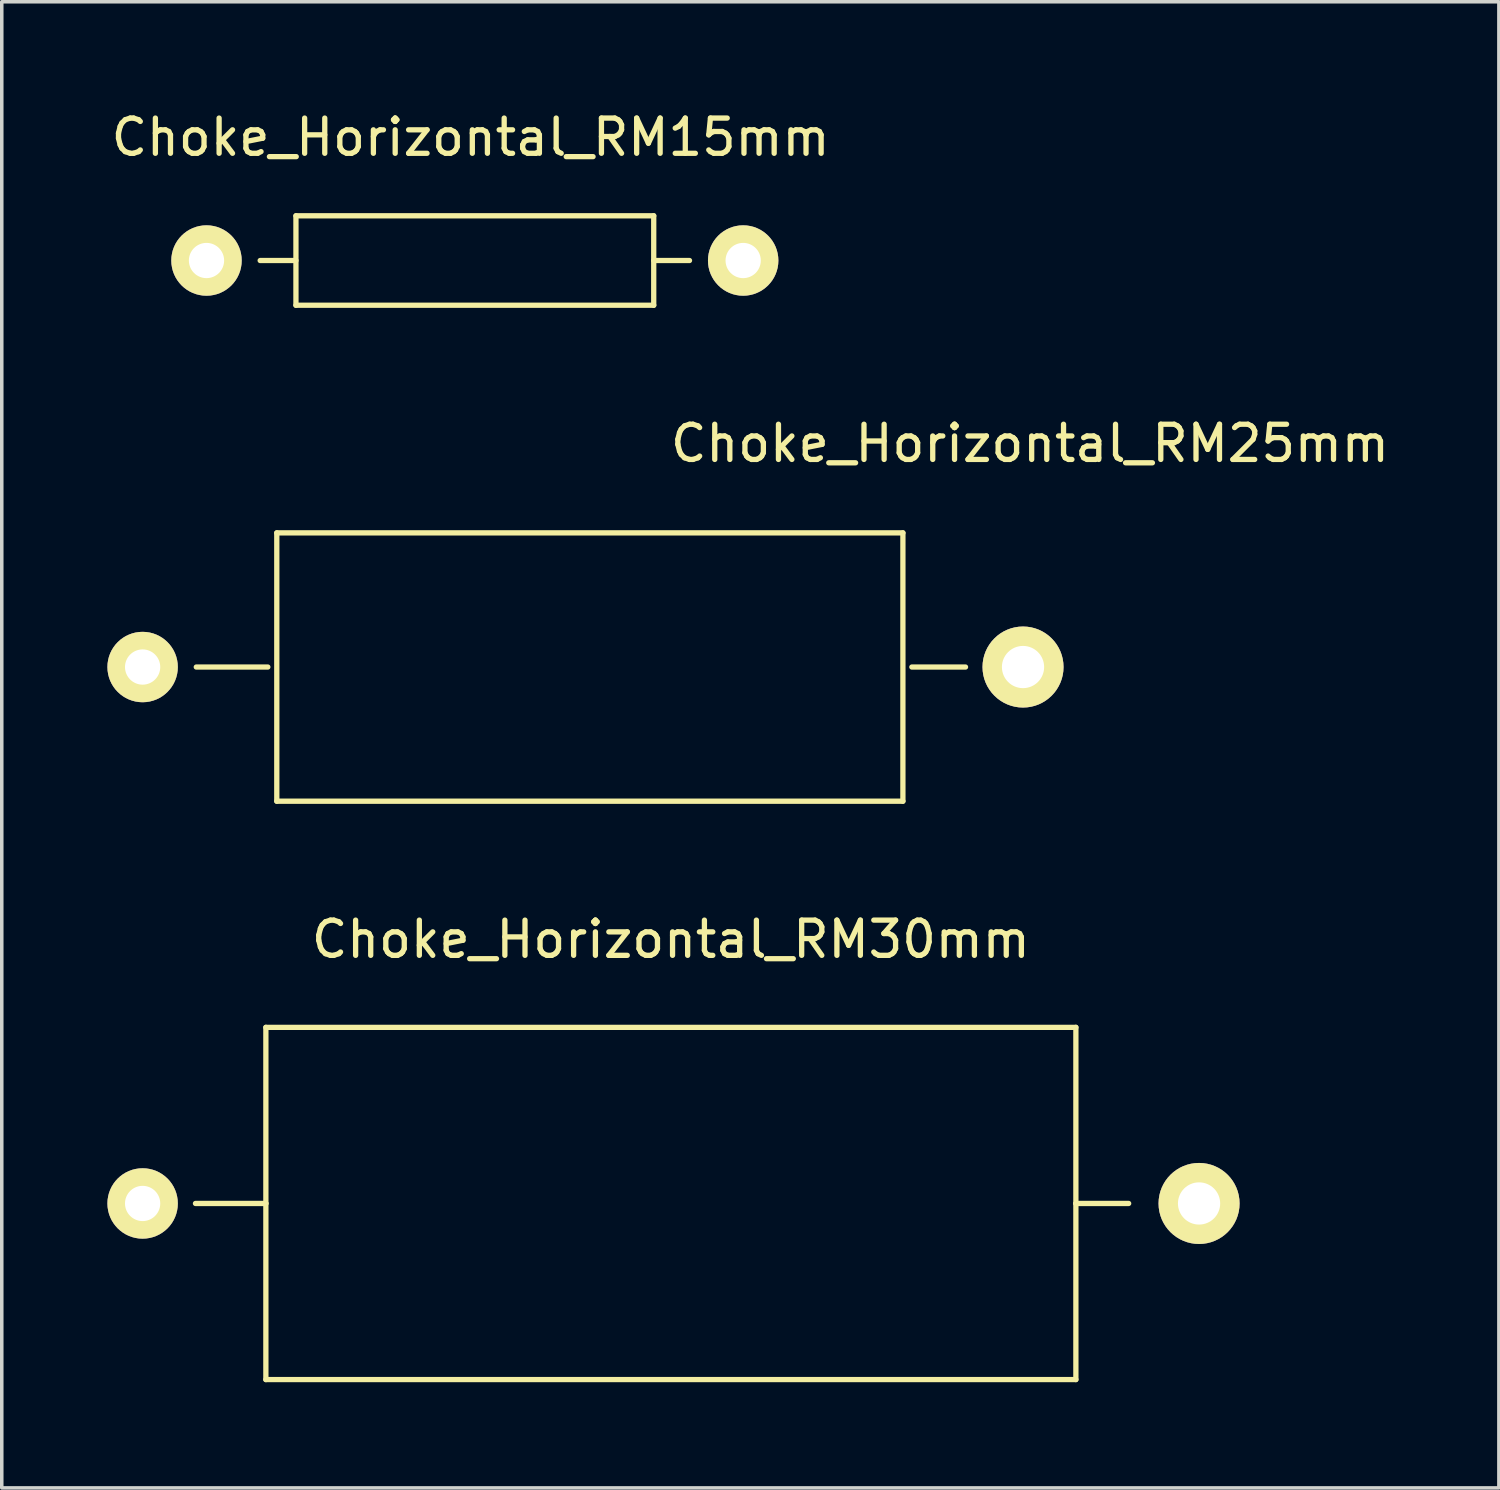
<source format=kicad_pcb>
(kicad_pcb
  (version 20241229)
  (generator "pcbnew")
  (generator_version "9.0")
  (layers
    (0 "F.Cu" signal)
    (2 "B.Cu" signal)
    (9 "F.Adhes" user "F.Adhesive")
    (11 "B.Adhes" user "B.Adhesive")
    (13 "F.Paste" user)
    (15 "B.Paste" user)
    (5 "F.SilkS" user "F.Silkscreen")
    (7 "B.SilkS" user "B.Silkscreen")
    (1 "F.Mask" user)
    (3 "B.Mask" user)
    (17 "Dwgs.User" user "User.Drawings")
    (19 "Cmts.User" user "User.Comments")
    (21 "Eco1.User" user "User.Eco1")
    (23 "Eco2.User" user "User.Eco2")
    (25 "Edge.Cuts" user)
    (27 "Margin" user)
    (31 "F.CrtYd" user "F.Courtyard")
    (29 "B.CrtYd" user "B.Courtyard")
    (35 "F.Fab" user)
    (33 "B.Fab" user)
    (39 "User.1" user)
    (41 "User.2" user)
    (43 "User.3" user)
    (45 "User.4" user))
  (footprint "Choke_Horizontal_RM15mm"
    (layer "F.Cu")
    (at 10.315 4.348)
    (property "Reference" "Choke_Horizontal_RM15mm" (at 0 -3.5 0) (layer "F.SilkS") (effects (font (size 1 1) (thickness 0.15))))
    (attr through_hole)
    (fp_line (start -4.961 -1.27) (end 5.199 -1.27) (stroke (width 0.15) (type solid)) (layer "F.SilkS"))
    (fp_line (start -4.961 0) (end -5.977 0) (stroke (width 0.15) (type solid)) (layer "F.SilkS"))
    (fp_line (start -4.961 1.27) (end -4.961 -1.27) (stroke (width 0.15) (type solid)) (layer "F.SilkS"))
    (fp_line (start 5.199 -1.27) (end 5.199 1.27) (stroke (width 0.15) (type solid)) (layer "F.SilkS"))
    (fp_line (start 5.199 0) (end 6.215 0) (stroke (width 0.15) (type solid)) (layer "F.SilkS"))
    (fp_line (start 5.199 1.27) (end -4.961 1.27) (stroke (width 0.15) (type solid)) (layer "F.SilkS"))
    (pad "1" thru_hole circle (at -7.501 0) (size 1.999 1.999) (drill 1.001) (layers "*.Cu" "*.Mask" "F.SilkS"))
    (pad "2" thru_hole circle (at 7.739 0) (size 1.999 1.999) (drill 1.001) (layers "*.Cu" "*.Mask" "F.SilkS")))
  (footprint "Choke_Horizontal_RM30mm"
    (layer "F.Cu")
    (at 16.001 31.125)
    (property "Reference" "Choke_Horizontal_RM30mm" (at 0 -7.501 0) (layer "F.SilkS") (effects (font (size 1 1) (thickness 0.15))))
    (attr through_hole)
    (fp_line (start -11.501 0) (end -13.5 0) (stroke (width 0.15) (type solid)) (layer "F.SilkS"))
    (fp_line (start -11.501 0) (end -11.501 -5.001) (stroke (width 0.15) (type solid)) (layer "F.SilkS"))
    (fp_line (start -11.501 0) (end -11.501 5.001) (stroke (width 0.15) (type solid)) (layer "F.SilkS"))
    (fp_line (start 11.501 -5.001) (end -11.501 -5.001) (stroke (width 0.15) (type solid)) (layer "F.SilkS"))
    (fp_line (start 11.501 0) (end 11.501 -5.001) (stroke (width 0.15) (type solid)) (layer "F.SilkS"))
    (fp_line (start 11.501 0) (end 11.501 5.001) (stroke (width 0.15) (type solid)) (layer "F.SilkS"))
    (fp_line (start 11.501 0) (end 13 0) (stroke (width 0.15) (type solid)) (layer "F.SilkS"))
    (fp_line (start 11.501 5.001) (end -11.501 5.001) (stroke (width 0.15) (type solid)) (layer "F.SilkS"))
    (pad "1" thru_hole circle (at -15.001 0) (size 1.999 1.999) (drill 1.001) (layers "*.Cu" "*.Mask" "F.SilkS"))
    (pad "2" thru_hole circle (at 14.999 0) (size 2.301 2.301) (drill 1.199) (layers "*.Cu" "*.Mask" "F.SilkS")))
  (footprint "Choke_Horizontal_RM25mm"
    (layer "F.Cu")
    (at 13.499 15.892)
    (property "Reference" "Choke_Horizontal_RM25mm" (at 12.7 -6.35 0) (layer "F.SilkS") (effects (font (size 1 1) (thickness 0.15))))
    (attr through_hole)
    (fp_line (start -8.943 0) (end -10.975 0) (stroke (width 0.15) (type solid)) (layer "F.SilkS"))
    (fp_line (start -8.689 -3.81) (end -8.689 3.81) (stroke (width 0.15) (type solid)) (layer "F.SilkS"))
    (fp_line (start -8.689 3.81) (end 9.091 3.81) (stroke (width 0.15) (type solid)) (layer "F.SilkS"))
    (fp_line (start 9.091 -3.81) (end -8.689 -3.81) (stroke (width 0.15) (type solid)) (layer "F.SilkS"))
    (fp_line (start 9.091 3.81) (end 9.091 -3.81) (stroke (width 0.15) (type solid)) (layer "F.SilkS"))
    (fp_line (start 9.345 0) (end 10.869 0) (stroke (width 0.15) (type solid)) (layer "F.SilkS"))
    (pad "1" thru_hole circle (at -12.499 0) (size 1.999 1.999) (drill 1.001) (layers "*.Cu" "*.Mask" "F.SilkS"))
    (pad "2" thru_hole circle (at 12.502 0) (size 2.301 2.301) (drill 1.199) (layers "*.Cu" "*.Mask" "F.SilkS")))
  (gr_rect
    (start -3 -3)
    (end 39.514 39.202)
    (stroke (width 0.1) (type default))
    (fill no)
    (layer "Edge.Cuts")))
</source>
